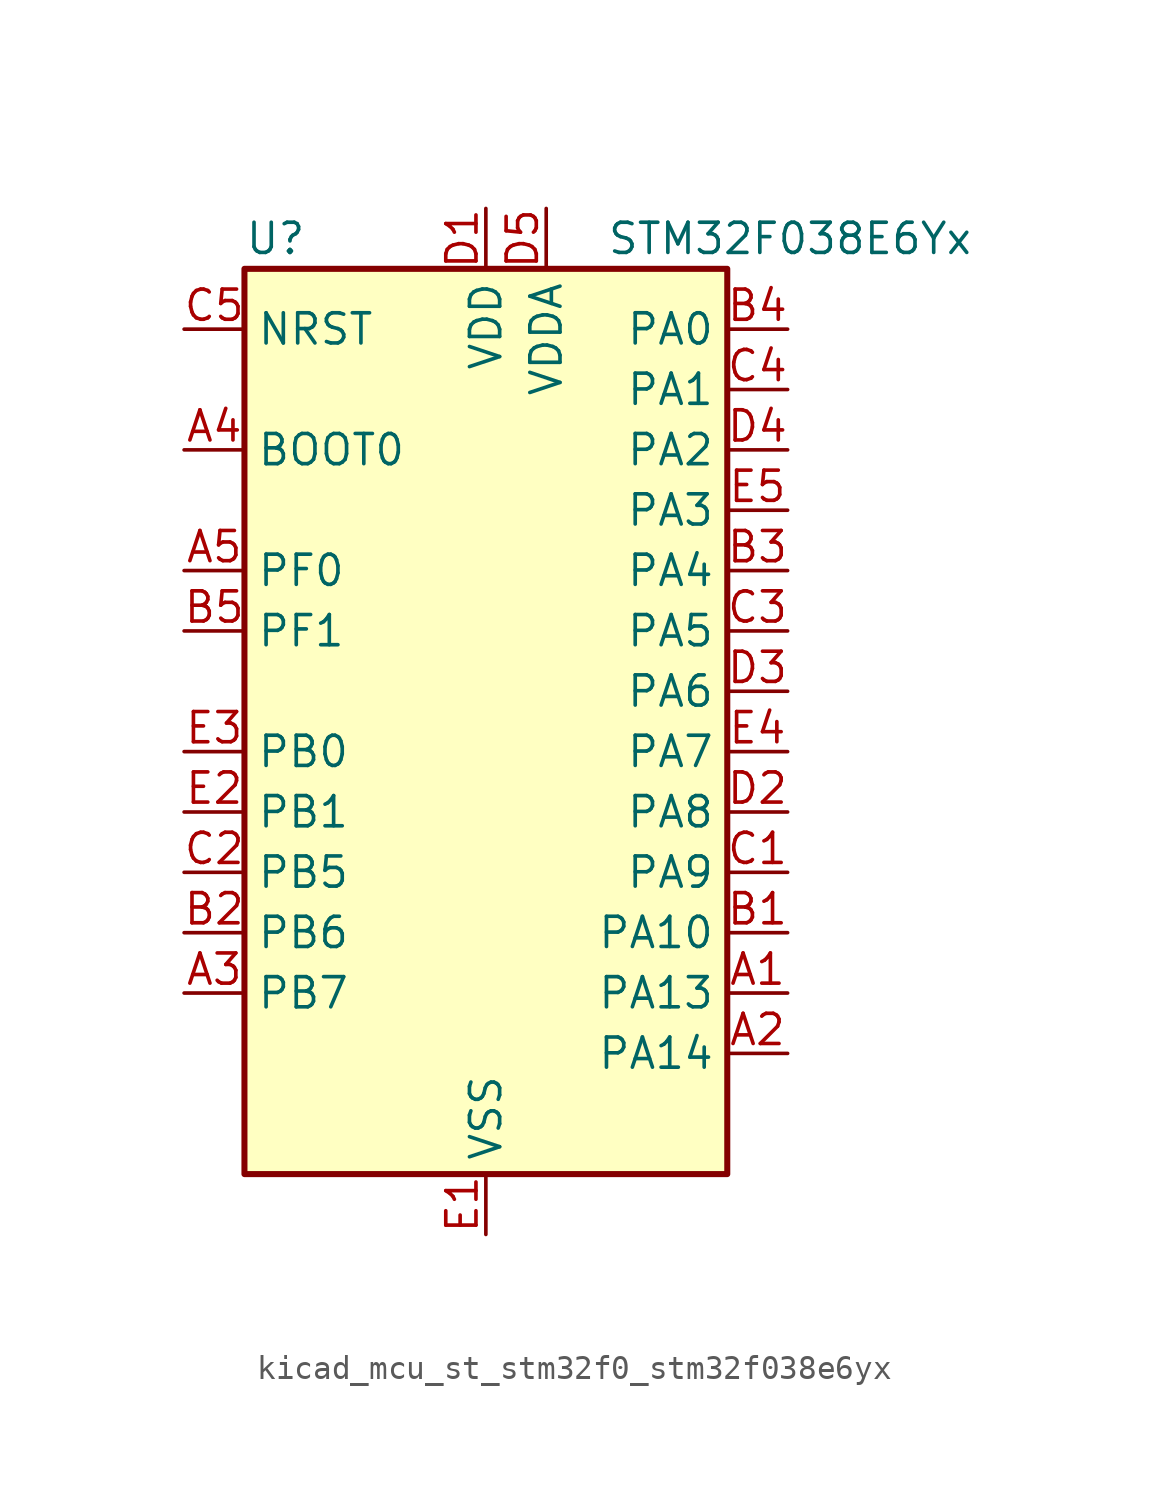
<source format=kicad_sym>
(kicad_symbol_lib
  (version 20220914)
  (generator kicad_symbol_editor)
  (symbol "kicad_mcu_st_stm32f0_stm32f038e6yx"
    (property "Reference" "U"
      (at -10.16 21.59 0)
      (effects (font (size 1.27 1.27)) (justify left)))
    (property "Value" "STM32F038E6Yx"
      (at 5.08 21.59 0)
      (effects (font (size 1.27 1.27)) (justify left)))
    (property "ki_locked" ""
      (at 0 0 0)
      (effects (font (size 1.27 1.27))))
    (symbol "kicad_mcu_st_stm32f0_stm32f038e6yx_0_1"
      (rectangle (start -10.16 -17.78) (end 10.16 20.32) (stroke (width 0.254) (type default)) (fill (type background))))
    (symbol "kicad_mcu_st_stm32f0_stm32f038e6yx_1_1"
      (pin bidirectional line (at 12.7 -10.16 180) (length 2.54) (name "PA13" (effects (font (size 1.27 1.27)))) (number "A1" (effects (font (size 1.27 1.27)))) (alternate "IR_OUT" bidirectional line) (alternate "SYS_SWDIO" bidirectional line))
      (pin bidirectional line (at 12.7 -12.7 180) (length 2.54) (name "PA14" (effects (font (size 1.27 1.27)))) (number "A2" (effects (font (size 1.27 1.27)))) (alternate "SYS_SWCLK" bidirectional line) (alternate "USART1_TX" bidirectional line))
      (pin bidirectional line (at -12.7 -10.16 0) (length 2.54) (name "PB7" (effects (font (size 1.27 1.27)))) (number "A3" (effects (font (size 1.27 1.27)))) (alternate "I2C1_SDA" bidirectional line) (alternate "TIM17_CH1N" bidirectional line) (alternate "USART1_RX" bidirectional line))
      (pin input line (at -12.7 12.7 0) (length 2.54) (name "BOOT0" (effects (font (size 1.27 1.27)))) (number "A4" (effects (font (size 1.27 1.27)))))
      (pin bidirectional line (at -12.7 7.62 0) (length 2.54) (name "PF0" (effects (font (size 1.27 1.27)))) (number "A5" (effects (font (size 1.27 1.27)))) (alternate "RCC_OSC_IN" bidirectional line))
      (pin bidirectional line (at 12.7 -7.62 180) (length 2.54) (name "PA10" (effects (font (size 1.27 1.27)))) (number "B1" (effects (font (size 1.27 1.27)))) (alternate "I2C1_SDA" bidirectional line) (alternate "TIM17_BKIN" bidirectional line) (alternate "TIM1_CH3" bidirectional line) (alternate "USART1_RX" bidirectional line))
      (pin bidirectional line (at -12.7 -7.62 0) (length 2.54) (name "PB6" (effects (font (size 1.27 1.27)))) (number "B2" (effects (font (size 1.27 1.27)))) (alternate "I2C1_SCL" bidirectional line) (alternate "TIM16_CH1N" bidirectional line) (alternate "USART1_TX" bidirectional line))
      (pin bidirectional line (at 12.7 7.62 180) (length 2.54) (name "PA4" (effects (font (size 1.27 1.27)))) (number "B3" (effects (font (size 1.27 1.27)))) (alternate "ADC_IN4" bidirectional line) (alternate "I2S1_WS" bidirectional line) (alternate "SPI1_NSS" bidirectional line) (alternate "TIM14_CH1" bidirectional line) (alternate "USART1_CK" bidirectional line))
      (pin bidirectional line (at 12.7 17.78 180) (length 2.54) (name "PA0" (effects (font (size 1.27 1.27)))) (number "B4" (effects (font (size 1.27 1.27)))) (alternate "ADC_IN0" bidirectional line) (alternate "RTC_TAMP2" bidirectional line) (alternate "SYS_WKUP1" bidirectional line) (alternate "TIM2_CH1" bidirectional line) (alternate "TIM2_ETR" bidirectional line) (alternate "USART1_CTS" bidirectional line))
      (pin bidirectional line (at -12.7 5.08 0) (length 2.54) (name "PF1" (effects (font (size 1.27 1.27)))) (number "B5" (effects (font (size 1.27 1.27)))) (alternate "RCC_OSC_OUT" bidirectional line))
      (pin bidirectional line (at 12.7 -5.08 180) (length 2.54) (name "PA9" (effects (font (size 1.27 1.27)))) (number "C1" (effects (font (size 1.27 1.27)))) (alternate "I2C1_SCL" bidirectional line) (alternate "TIM1_CH2" bidirectional line) (alternate "USART1_TX" bidirectional line))
      (pin bidirectional line (at -12.7 -5.08 0) (length 2.54) (name "PB5" (effects (font (size 1.27 1.27)))) (number "C2" (effects (font (size 1.27 1.27)))) (alternate "I2C1_SMBA" bidirectional line) (alternate "I2S1_SD" bidirectional line) (alternate "SPI1_MOSI" bidirectional line) (alternate "TIM16_BKIN" bidirectional line) (alternate "TIM3_CH2" bidirectional line))
      (pin bidirectional line (at 12.7 5.08 180) (length 2.54) (name "PA5" (effects (font (size 1.27 1.27)))) (number "C3" (effects (font (size 1.27 1.27)))) (alternate "ADC_IN5" bidirectional line) (alternate "I2S1_CK" bidirectional line) (alternate "SPI1_SCK" bidirectional line) (alternate "TIM2_CH1" bidirectional line) (alternate "TIM2_ETR" bidirectional line))
      (pin bidirectional line (at 12.7 15.24 180) (length 2.54) (name "PA1" (effects (font (size 1.27 1.27)))) (number "C4" (effects (font (size 1.27 1.27)))) (alternate "ADC_IN1" bidirectional line) (alternate "TIM2_CH2" bidirectional line) (alternate "USART1_DE" bidirectional line) (alternate "USART1_RTS" bidirectional line))
      (pin input line (at -12.7 17.78 0) (length 2.54) (name "NRST" (effects (font (size 1.27 1.27)))) (number "C5" (effects (font (size 1.27 1.27)))))
      (pin power_in line (at 0 22.86 270) (length 2.54) (name "VDD" (effects (font (size 1.27 1.27)))) (number "D1" (effects (font (size 1.27 1.27)))))
      (pin bidirectional line (at 12.7 -2.54 180) (length 2.54) (name "PA8" (effects (font (size 1.27 1.27)))) (number "D2" (effects (font (size 1.27 1.27)))) (alternate "RCC_MCO" bidirectional line) (alternate "TIM1_CH1" bidirectional line) (alternate "USART1_CK" bidirectional line))
      (pin bidirectional line (at 12.7 2.54 180) (length 2.54) (name "PA6" (effects (font (size 1.27 1.27)))) (number "D3" (effects (font (size 1.27 1.27)))) (alternate "ADC_IN6" bidirectional line) (alternate "I2S1_MCK" bidirectional line) (alternate "SPI1_MISO" bidirectional line) (alternate "TIM16_CH1" bidirectional line) (alternate "TIM1_BKIN" bidirectional line) (alternate "TIM3_CH1" bidirectional line))
      (pin bidirectional line (at 12.7 12.7 180) (length 2.54) (name "PA2" (effects (font (size 1.27 1.27)))) (number "D4" (effects (font (size 1.27 1.27)))) (alternate "ADC_IN2" bidirectional line) (alternate "TIM2_CH3" bidirectional line) (alternate "USART1_TX" bidirectional line))
      (pin power_in line (at 2.54 22.86 270) (length 2.54) (name "VDDA" (effects (font (size 1.27 1.27)))) (number "D5" (effects (font (size 1.27 1.27)))))
      (pin power_in line (at 0 -20.32 90) (length 2.54) (name "VSS" (effects (font (size 1.27 1.27)))) (number "E1" (effects (font (size 1.27 1.27)))))
      (pin bidirectional line (at -12.7 -2.54 0) (length 2.54) (name "PB1" (effects (font (size 1.27 1.27)))) (number "E2" (effects (font (size 1.27 1.27)))) (alternate "ADC_IN9" bidirectional line) (alternate "TIM14_CH1" bidirectional line) (alternate "TIM1_CH3N" bidirectional line) (alternate "TIM3_CH4" bidirectional line))
      (pin bidirectional line (at -12.7 0 0) (length 2.54) (name "PB0" (effects (font (size 1.27 1.27)))) (number "E3" (effects (font (size 1.27 1.27)))) (alternate "ADC_IN8" bidirectional line) (alternate "TIM1_CH2N" bidirectional line) (alternate "TIM3_CH3" bidirectional line))
      (pin bidirectional line (at 12.7 0 180) (length 2.54) (name "PA7" (effects (font (size 1.27 1.27)))) (number "E4" (effects (font (size 1.27 1.27)))) (alternate "ADC_IN7" bidirectional line) (alternate "I2S1_SD" bidirectional line) (alternate "SPI1_MOSI" bidirectional line) (alternate "TIM14_CH1" bidirectional line) (alternate "TIM17_CH1" bidirectional line) (alternate "TIM1_CH1N" bidirectional line) (alternate "TIM3_CH2" bidirectional line))
      (pin bidirectional line (at 12.7 10.16 180) (length 2.54) (name "PA3" (effects (font (size 1.27 1.27)))) (number "E5" (effects (font (size 1.27 1.27)))) (alternate "ADC_IN3" bidirectional line) (alternate "TIM2_CH4" bidirectional line) (alternate "USART1_RX" bidirectional line)))))
</source>
